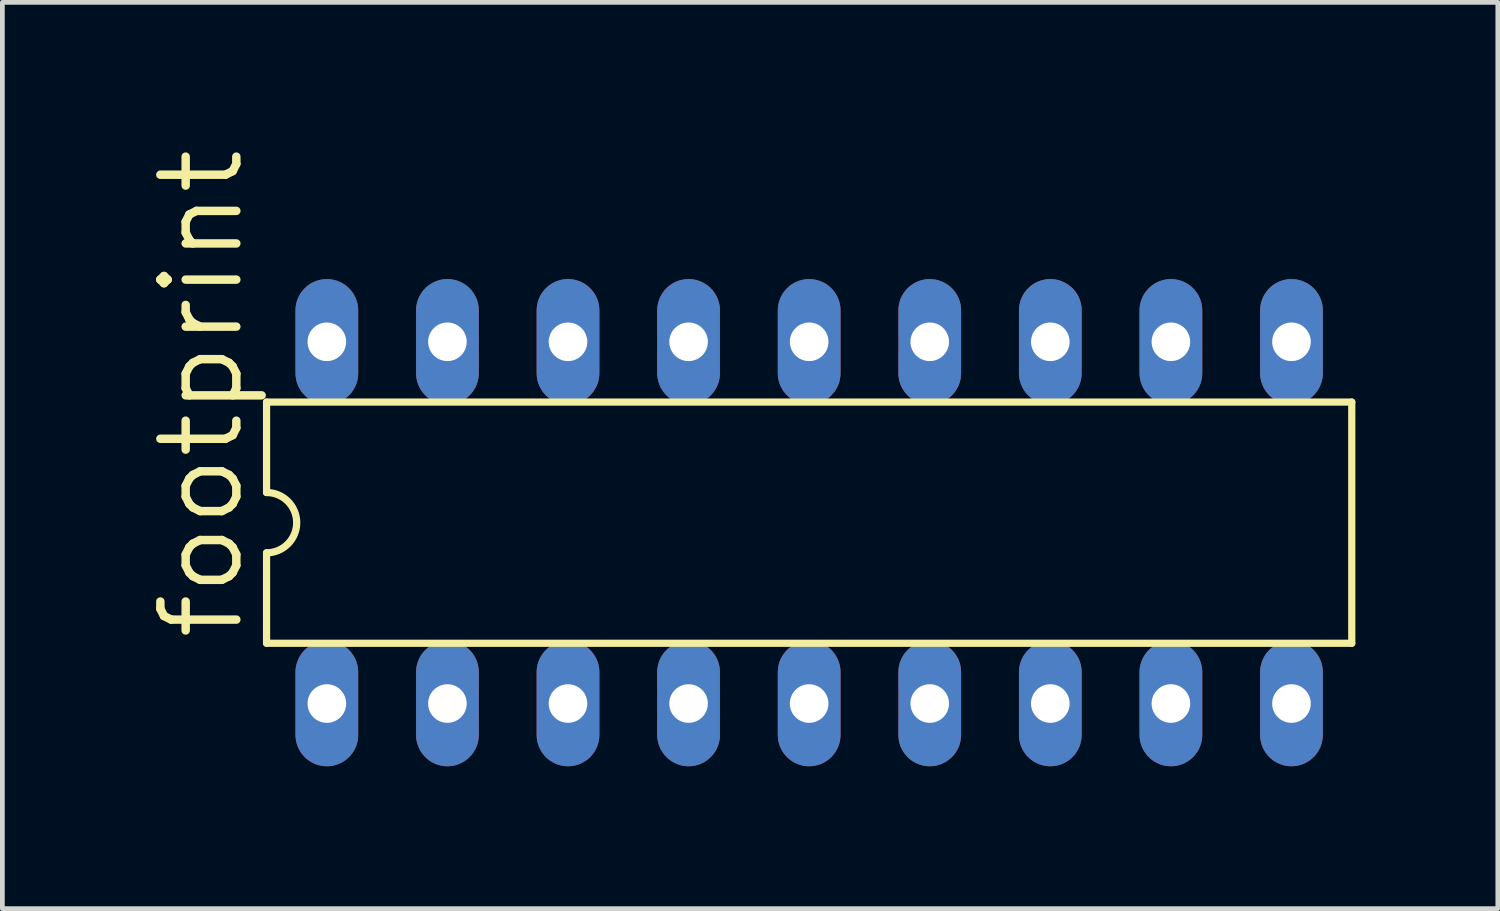
<source format=kicad_pcb>
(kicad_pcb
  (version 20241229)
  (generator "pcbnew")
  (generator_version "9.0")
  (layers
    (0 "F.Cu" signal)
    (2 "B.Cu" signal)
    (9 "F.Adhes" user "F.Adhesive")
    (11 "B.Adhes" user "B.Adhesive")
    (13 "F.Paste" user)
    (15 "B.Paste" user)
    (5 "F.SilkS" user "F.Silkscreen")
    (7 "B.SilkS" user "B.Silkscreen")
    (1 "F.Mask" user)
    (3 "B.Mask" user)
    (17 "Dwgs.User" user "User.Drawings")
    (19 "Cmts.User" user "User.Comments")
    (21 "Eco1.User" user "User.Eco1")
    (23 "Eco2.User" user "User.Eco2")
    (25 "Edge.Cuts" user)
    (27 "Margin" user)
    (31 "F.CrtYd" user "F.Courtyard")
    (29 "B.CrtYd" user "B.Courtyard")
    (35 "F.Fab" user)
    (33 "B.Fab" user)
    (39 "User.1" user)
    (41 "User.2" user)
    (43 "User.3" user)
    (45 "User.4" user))
  (footprint "footprint"
    (layer "F.Cu")
    (at 13.995 7.96)
    (property "Reference" "footprint" (at -11.862 2.54 90) (layer "F.SilkS") (effects (font (size 1.6 1.6) (thickness 0.178)) (justify left bottom)))
    (fp_line (start -11.43 -2.54) (end -11.43 -0.635) (stroke (width 0.152) (type solid)) (layer "F.SilkS"))
    (fp_line (start -11.43 -2.54) (end 11.43 -2.54) (stroke (width 0.152) (type solid)) (layer "F.SilkS"))
    (fp_line (start -11.43 0.635) (end -11.43 2.54) (stroke (width 0.152) (type solid)) (layer "F.SilkS"))
    (fp_line (start 11.43 2.54) (end -11.43 2.54) (stroke (width 0.152) (type solid)) (layer "F.SilkS"))
    (fp_line (start 11.43 2.54) (end 11.43 -2.54) (stroke (width 0.152) (type solid)) (layer "F.SilkS"))
    (fp_arc (start -11.43 -0.635) (mid -10.795 0) (end -11.43 0.635) (stroke (width 0.1524) (type solid)) (layer "F.SilkS"))
    (pad "1" thru_hole oval (at -10.16 3.81 90) (size 2.642 1.321) (drill 0.813) (layers "*.Cu" "*.Mask"))
    (pad "2" thru_hole oval (at -7.62 3.81 90) (size 2.642 1.321) (drill 0.813) (layers "*.Cu" "*.Mask"))
    (pad "3" thru_hole oval (at -5.08 3.81 90) (size 2.642 1.321) (drill 0.813) (layers "*.Cu" "*.Mask"))
    (pad "4" thru_hole oval (at -2.54 3.81 90) (size 2.642 1.321) (drill 0.813) (layers "*.Cu" "*.Mask"))
    (pad "5" thru_hole oval (at 0 3.81 90) (size 2.642 1.321) (drill 0.813) (layers "*.Cu" "*.Mask"))
    (pad "6" thru_hole oval (at 2.54 3.81 90) (size 2.642 1.321) (drill 0.813) (layers "*.Cu" "*.Mask"))
    (pad "7" thru_hole oval (at 5.08 3.81 90) (size 2.642 1.321) (drill 0.813) (layers "*.Cu" "*.Mask"))
    (pad "8" thru_hole oval (at 7.62 3.81 90) (size 2.642 1.321) (drill 0.813) (layers "*.Cu" "*.Mask"))
    (pad "9" thru_hole oval (at 10.16 3.81 90) (size 2.642 1.321) (drill 0.813) (layers "*.Cu" "*.Mask"))
    (pad "10" thru_hole oval (at 10.16 -3.81 90) (size 2.642 1.321) (drill 0.813) (layers "*.Cu" "*.Mask"))
    (pad "11" thru_hole oval (at 7.62 -3.81 90) (size 2.642 1.321) (drill 0.813) (layers "*.Cu" "*.Mask"))
    (pad "12" thru_hole oval (at 5.08 -3.81 90) (size 2.642 1.321) (drill 0.813) (layers "*.Cu" "*.Mask"))
    (pad "13" thru_hole oval (at 2.54 -3.81 90) (size 2.642 1.321) (drill 0.813) (layers "*.Cu" "*.Mask"))
    (pad "14" thru_hole oval (at 0 -3.81 90) (size 2.642 1.321) (drill 0.813) (layers "*.Cu" "*.Mask"))
    (pad "15" thru_hole oval (at -2.54 -3.81 90) (size 2.642 1.321) (drill 0.813) (layers "*.Cu" "*.Mask"))
    (pad "16" thru_hole oval (at -5.08 -3.81 90) (size 2.642 1.321) (drill 0.813) (layers "*.Cu" "*.Mask"))
    (pad "17" thru_hole oval (at -7.62 -3.81 90) (size 2.642 1.321) (drill 0.813) (layers "*.Cu" "*.Mask"))
    (pad "18" thru_hole oval (at -10.16 -3.81 90) (size 2.642 1.321) (drill 0.813) (layers "*.Cu" "*.Mask")))
  (gr_rect
    (start -3 -3)
    (end 28.502 16.091)
    (stroke (width 0.1) (type default))
    (fill no)
    (layer "Edge.Cuts")))
</source>
